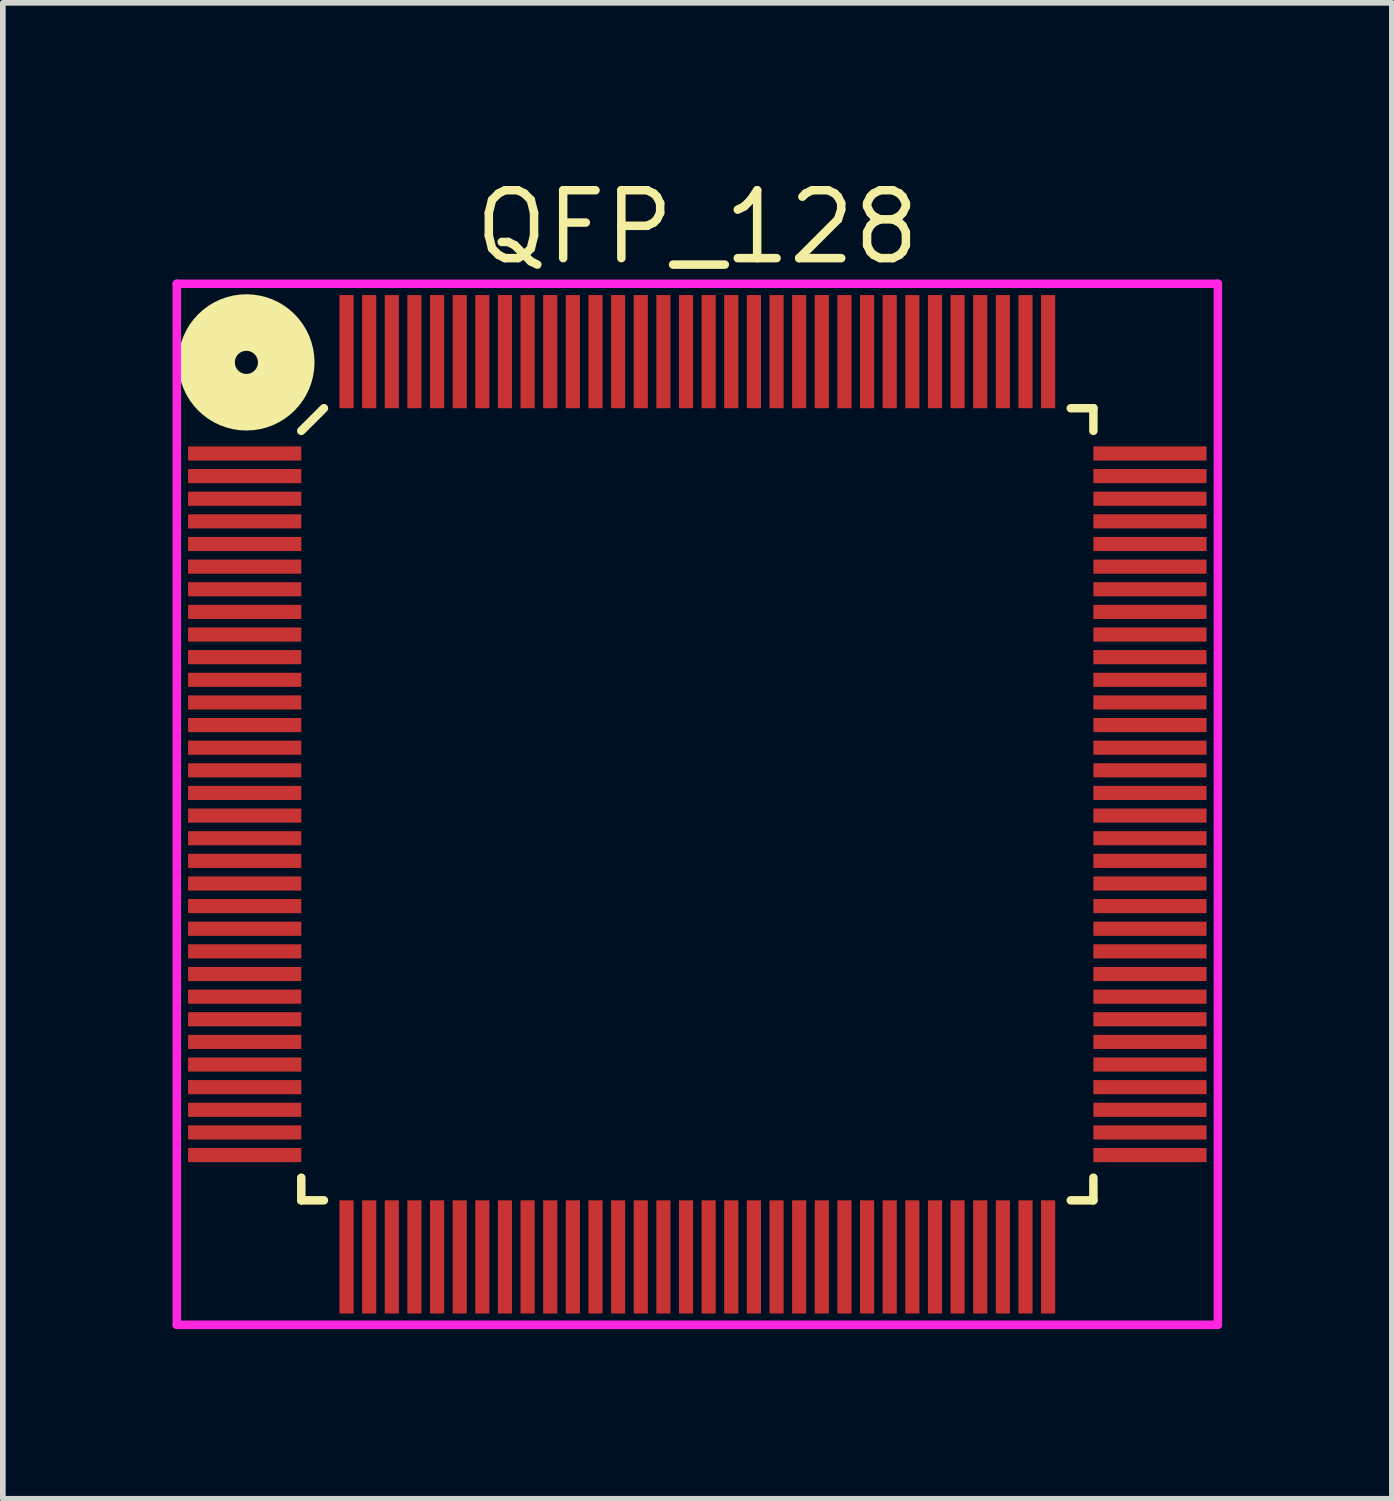
<source format=kicad_pcb>
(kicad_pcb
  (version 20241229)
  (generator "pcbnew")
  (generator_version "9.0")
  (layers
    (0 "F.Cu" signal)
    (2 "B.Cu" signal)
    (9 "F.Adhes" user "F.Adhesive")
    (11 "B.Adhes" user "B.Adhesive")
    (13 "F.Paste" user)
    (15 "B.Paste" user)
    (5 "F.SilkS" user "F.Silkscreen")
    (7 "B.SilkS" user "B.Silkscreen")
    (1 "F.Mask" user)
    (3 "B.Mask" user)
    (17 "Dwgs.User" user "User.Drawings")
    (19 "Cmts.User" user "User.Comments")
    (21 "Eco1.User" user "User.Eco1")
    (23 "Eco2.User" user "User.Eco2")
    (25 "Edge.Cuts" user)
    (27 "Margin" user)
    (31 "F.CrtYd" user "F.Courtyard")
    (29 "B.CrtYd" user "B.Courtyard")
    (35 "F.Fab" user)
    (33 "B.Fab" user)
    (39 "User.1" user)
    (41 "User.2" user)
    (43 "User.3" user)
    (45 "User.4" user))
  (footprint "QFP_128"
    (layer "F.Cu")
    (at 9.275 11.165)
    (property "Reference" "QFP_128" (at 0 -10.2 0) (layer "F.SilkS") (effects (font (size 1.2 1.2) (thickness 0.15))))
    (attr through_hole)
    (fp_line (start -7 -6.6) (end -6.6 -7) (stroke (width 0.15) (type solid)) (layer "F.SilkS"))
    (fp_line (start -7 7) (end -7 6.6) (stroke (width 0.15) (type solid)) (layer "F.SilkS"))
    (fp_line (start -6.6 7) (end -7 7) (stroke (width 0.15) (type solid)) (layer "F.SilkS"))
    (fp_line (start 6.6 -7) (end 7 -7) (stroke (width 0.15) (type solid)) (layer "F.SilkS"))
    (fp_line (start 6.6 7) (end 7 7) (stroke (width 0.15) (type solid)) (layer "F.SilkS"))
    (fp_line (start 7 -7) (end 7 -6.6) (stroke (width 0.15) (type solid)) (layer "F.SilkS"))
    (fp_line (start 7 7) (end 7 6.6) (stroke (width 0.15) (type solid)) (layer "F.SilkS"))
    (fp_circle (center -7.97 -7.81) (end -8.01 -7.61) (stroke (width 1) (type solid)) (fill no) (layer "F.SilkS"))
    (fp_line (start -9.2 -9.2) (end 9.2 -9.2) (stroke (width 0.15) (type solid)) (layer "F.CrtYd"))
    (fp_line (start -9.2 9.2) (end -9.2 -9.2) (stroke (width 0.15) (type solid)) (layer "F.CrtYd"))
    (fp_line (start 9.2 -9.2) (end 9.2 9.2) (stroke (width 0.15) (type solid)) (layer "F.CrtYd"))
    (fp_line (start 9.2 9.2) (end -9.2 9.2) (stroke (width 0.15) (type solid)) (layer "F.CrtYd"))
    (pad "1" smd rect (at -8 -6.2 90) (size 0.25 2) (layers "F.Cu" "F.Mask" "F.Paste"))
    (pad "2" smd rect (at -8 -5.8 90) (size 0.25 2) (layers "F.Cu" "F.Mask" "F.Paste"))
    (pad "3" smd rect (at -8 -5.4 90) (size 0.25 2) (layers "F.Cu" "F.Mask" "F.Paste"))
    (pad "4" smd rect (at -8 -5 90) (size 0.25 2) (layers "F.Cu" "F.Mask" "F.Paste"))
    (pad "5" smd rect (at -8 -4.6 90) (size 0.25 2) (layers "F.Cu" "F.Mask" "F.Paste"))
    (pad "6" smd rect (at -8 -4.2 90) (size 0.25 2) (layers "F.Cu" "F.Mask" "F.Paste"))
    (pad "7" smd rect (at -8 -3.8 90) (size 0.25 2) (layers "F.Cu" "F.Mask" "F.Paste"))
    (pad "8" smd rect (at -8 -3.4 90) (size 0.25 2) (layers "F.Cu" "F.Mask" "F.Paste"))
    (pad "9" smd rect (at -8 -3 90) (size 0.25 2) (layers "F.Cu" "F.Mask" "F.Paste"))
    (pad "10" smd rect (at -8 -2.6 90) (size 0.25 2) (layers "F.Cu" "F.Mask" "F.Paste"))
    (pad "11" smd rect (at -8 -2.2 90) (size 0.25 2) (layers "F.Cu" "F.Mask" "F.Paste"))
    (pad "12" smd rect (at -8 -1.8 90) (size 0.25 2) (layers "F.Cu" "F.Mask" "F.Paste"))
    (pad "13" smd rect (at -8 -1.4 90) (size 0.25 2) (layers "F.Cu" "F.Mask" "F.Paste"))
    (pad "14" smd rect (at -8 -1 90) (size 0.25 2) (layers "F.Cu" "F.Mask" "F.Paste"))
    (pad "15" smd rect (at -8 -0.6 90) (size 0.25 2) (layers "F.Cu" "F.Mask" "F.Paste"))
    (pad "16" smd rect (at -8 -0.2 90) (size 0.25 2) (layers "F.Cu" "F.Mask" "F.Paste"))
    (pad "17" smd rect (at -8 0.2 90) (size 0.25 2) (layers "F.Cu" "F.Mask" "F.Paste"))
    (pad "18" smd rect (at -8 0.6 90) (size 0.25 2) (layers "F.Cu" "F.Mask" "F.Paste"))
    (pad "19" smd rect (at -8 1 90) (size 0.25 2) (layers "F.Cu" "F.Mask" "F.Paste"))
    (pad "20" smd rect (at -8 1.4 90) (size 0.25 2) (layers "F.Cu" "F.Mask" "F.Paste"))
    (pad "21" smd rect (at -8 1.8 90) (size 0.25 2) (layers "F.Cu" "F.Mask" "F.Paste"))
    (pad "22" smd rect (at -8 2.2 90) (size 0.25 2) (layers "F.Cu" "F.Mask" "F.Paste"))
    (pad "23" smd rect (at -8 2.6 90) (size 0.25 2) (layers "F.Cu" "F.Mask" "F.Paste"))
    (pad "24" smd rect (at -8 3 90) (size 0.25 2) (layers "F.Cu" "F.Mask" "F.Paste"))
    (pad "25" smd rect (at -8 3.4 90) (size 0.25 2) (layers "F.Cu" "F.Mask" "F.Paste"))
    (pad "26" smd rect (at -8 3.8 90) (size 0.25 2) (layers "F.Cu" "F.Mask" "F.Paste"))
    (pad "27" smd rect (at -8 4.2 90) (size 0.25 2) (layers "F.Cu" "F.Mask" "F.Paste"))
    (pad "28" smd rect (at -8 4.6 90) (size 0.25 2) (layers "F.Cu" "F.Mask" "F.Paste"))
    (pad "29" smd rect (at -8 5 90) (size 0.25 2) (layers "F.Cu" "F.Mask" "F.Paste"))
    (pad "30" smd rect (at -8 5.4 90) (size 0.25 2) (layers "F.Cu" "F.Mask" "F.Paste"))
    (pad "31" smd rect (at -8 5.8 90) (size 0.25 2) (layers "F.Cu" "F.Mask" "F.Paste"))
    (pad "32" smd rect (at -8 6.2 90) (size 0.25 2) (layers "F.Cu" "F.Mask" "F.Paste"))
    (pad "33" smd rect (at -6.2 8) (size 0.25 2) (layers "F.Cu" "F.Mask" "F.Paste"))
    (pad "34" smd rect (at -5.8 8) (size 0.25 2) (layers "F.Cu" "F.Mask" "F.Paste"))
    (pad "35" smd rect (at -5.4 8) (size 0.25 2) (layers "F.Cu" "F.Mask" "F.Paste"))
    (pad "36" smd rect (at -5 8) (size 0.25 2) (layers "F.Cu" "F.Mask" "F.Paste"))
    (pad "37" smd rect (at -4.6 8) (size 0.25 2) (layers "F.Cu" "F.Mask" "F.Paste"))
    (pad "38" smd rect (at -4.2 8) (size 0.25 2) (layers "F.Cu" "F.Mask" "F.Paste"))
    (pad "39" smd rect (at -3.8 8) (size 0.25 2) (layers "F.Cu" "F.Mask" "F.Paste"))
    (pad "40" smd rect (at -3.4 8) (size 0.25 2) (layers "F.Cu" "F.Mask" "F.Paste"))
    (pad "41" smd rect (at -3 8) (size 0.25 2) (layers "F.Cu" "F.Mask" "F.Paste"))
    (pad "42" smd rect (at -2.6 8) (size 0.25 2) (layers "F.Cu" "F.Mask" "F.Paste"))
    (pad "43" smd rect (at -2.2 8) (size 0.25 2) (layers "F.Cu" "F.Mask" "F.Paste"))
    (pad "44" smd rect (at -1.8 8) (size 0.25 2) (layers "F.Cu" "F.Mask" "F.Paste"))
    (pad "45" smd rect (at -1.4 8) (size 0.25 2) (layers "F.Cu" "F.Mask" "F.Paste"))
    (pad "46" smd rect (at -1 8) (size 0.25 2) (layers "F.Cu" "F.Mask" "F.Paste"))
    (pad "47" smd rect (at -0.6 8) (size 0.25 2) (layers "F.Cu" "F.Mask" "F.Paste"))
    (pad "48" smd rect (at -0.2 8) (size 0.25 2) (layers "F.Cu" "F.Mask" "F.Paste"))
    (pad "49" smd rect (at 0.2 8) (size 0.25 2) (layers "F.Cu" "F.Mask" "F.Paste"))
    (pad "50" smd rect (at 0.6 8) (size 0.25 2) (layers "F.Cu" "F.Mask" "F.Paste"))
    (pad "51" smd rect (at 1 8) (size 0.25 2) (layers "F.Cu" "F.Mask" "F.Paste"))
    (pad "52" smd rect (at 1.4 8) (size 0.25 2) (layers "F.Cu" "F.Mask" "F.Paste"))
    (pad "53" smd rect (at 1.8 8) (size 0.25 2) (layers "F.Cu" "F.Mask" "F.Paste"))
    (pad "54" smd rect (at 2.2 8) (size 0.25 2) (layers "F.Cu" "F.Mask" "F.Paste"))
    (pad "55" smd rect (at 2.6 8) (size 0.25 2) (layers "F.Cu" "F.Mask" "F.Paste"))
    (pad "56" smd rect (at 3 8) (size 0.25 2) (layers "F.Cu" "F.Mask" "F.Paste"))
    (pad "57" smd rect (at 3.4 8) (size 0.25 2) (layers "F.Cu" "F.Mask" "F.Paste"))
    (pad "58" smd rect (at 3.8 8) (size 0.25 2) (layers "F.Cu" "F.Mask" "F.Paste"))
    (pad "59" smd rect (at 4.2 8) (size 0.25 2) (layers "F.Cu" "F.Mask" "F.Paste"))
    (pad "60" smd rect (at 4.6 8) (size 0.25 2) (layers "F.Cu" "F.Mask" "F.Paste"))
    (pad "61" smd rect (at 5 8) (size 0.25 2) (layers "F.Cu" "F.Mask" "F.Paste"))
    (pad "62" smd rect (at 5.4 8) (size 0.25 2) (layers "F.Cu" "F.Mask" "F.Paste"))
    (pad "63" smd rect (at 5.8 8) (size 0.25 2) (layers "F.Cu" "F.Mask" "F.Paste"))
    (pad "64" smd rect (at 6.2 8) (size 0.25 2) (layers "F.Cu" "F.Mask" "F.Paste"))
    (pad "65" smd rect (at 8 6.2 90) (size 0.25 2) (layers "F.Cu" "F.Mask" "F.Paste"))
    (pad "66" smd rect (at 8 5.8 90) (size 0.25 2) (layers "F.Cu" "F.Mask" "F.Paste"))
    (pad "67" smd rect (at 8 5.4 90) (size 0.25 2) (layers "F.Cu" "F.Mask" "F.Paste"))
    (pad "68" smd rect (at 8 5 90) (size 0.25 2) (layers "F.Cu" "F.Mask" "F.Paste"))
    (pad "69" smd rect (at 8 4.6 90) (size 0.25 2) (layers "F.Cu" "F.Mask" "F.Paste"))
    (pad "70" smd rect (at 8 4.2 90) (size 0.25 2) (layers "F.Cu" "F.Mask" "F.Paste"))
    (pad "71" smd rect (at 8 3.8 90) (size 0.25 2) (layers "F.Cu" "F.Mask" "F.Paste"))
    (pad "72" smd rect (at 8 3.4 90) (size 0.25 2) (layers "F.Cu" "F.Mask" "F.Paste"))
    (pad "73" smd rect (at 8 3 90) (size 0.25 2) (layers "F.Cu" "F.Mask" "F.Paste"))
    (pad "74" smd rect (at 8 2.6 90) (size 0.25 2) (layers "F.Cu" "F.Mask" "F.Paste"))
    (pad "75" smd rect (at 8 2.2 90) (size 0.25 2) (layers "F.Cu" "F.Mask" "F.Paste"))
    (pad "76" smd rect (at 8 1.8 90) (size 0.25 2) (layers "F.Cu" "F.Mask" "F.Paste"))
    (pad "77" smd rect (at 8 1.4 90) (size 0.25 2) (layers "F.Cu" "F.Mask" "F.Paste"))
    (pad "78" smd rect (at 8 1 90) (size 0.25 2) (layers "F.Cu" "F.Mask" "F.Paste"))
    (pad "79" smd rect (at 8 0.6 90) (size 0.25 2) (layers "F.Cu" "F.Mask" "F.Paste"))
    (pad "80" smd rect (at 8 0.2 90) (size 0.25 2) (layers "F.Cu" "F.Mask" "F.Paste"))
    (pad "81" smd rect (at 8 -0.2 90) (size 0.25 2) (layers "F.Cu" "F.Mask" "F.Paste"))
    (pad "82" smd rect (at 8 -0.6 90) (size 0.25 2) (layers "F.Cu" "F.Mask" "F.Paste"))
    (pad "83" smd rect (at 8 -1 90) (size 0.25 2) (layers "F.Cu" "F.Mask" "F.Paste"))
    (pad "84" smd rect (at 8 -1.4 90) (size 0.25 2) (layers "F.Cu" "F.Mask" "F.Paste"))
    (pad "85" smd rect (at 8 -1.8 90) (size 0.25 2) (layers "F.Cu" "F.Mask" "F.Paste"))
    (pad "86" smd rect (at 8 -2.2 90) (size 0.25 2) (layers "F.Cu" "F.Mask" "F.Paste"))
    (pad "87" smd rect (at 8 -2.6 90) (size 0.25 2) (layers "F.Cu" "F.Mask" "F.Paste"))
    (pad "88" smd rect (at 8 -3 90) (size 0.25 2) (layers "F.Cu" "F.Mask" "F.Paste"))
    (pad "89" smd rect (at 8 -3.4 90) (size 0.25 2) (layers "F.Cu" "F.Mask" "F.Paste"))
    (pad "90" smd rect (at 8 -3.8 90) (size 0.25 2) (layers "F.Cu" "F.Mask" "F.Paste"))
    (pad "91" smd rect (at 8 -4.2 90) (size 0.25 2) (layers "F.Cu" "F.Mask" "F.Paste"))
    (pad "92" smd rect (at 8 -4.6 90) (size 0.25 2) (layers "F.Cu" "F.Mask" "F.Paste"))
    (pad "93" smd rect (at 8 -5 90) (size 0.25 2) (layers "F.Cu" "F.Mask" "F.Paste"))
    (pad "94" smd rect (at 8 -5.4 90) (size 0.25 2) (layers "F.Cu" "F.Mask" "F.Paste"))
    (pad "95" smd rect (at 8 -5.8 90) (size 0.25 2) (layers "F.Cu" "F.Mask" "F.Paste"))
    (pad "96" smd rect (at 8 -6.2 90) (size 0.25 2) (layers "F.Cu" "F.Mask" "F.Paste"))
    (pad "97" smd rect (at 6.2 -8) (size 0.25 2) (layers "F.Cu" "F.Mask" "F.Paste"))
    (pad "98" smd rect (at 5.8 -8) (size 0.25 2) (layers "F.Cu" "F.Mask" "F.Paste"))
    (pad "99" smd rect (at 5.4 -8) (size 0.25 2) (layers "F.Cu" "F.Mask" "F.Paste"))
    (pad "100" smd rect (at 5 -8) (size 0.25 2) (layers "F.Cu" "F.Mask" "F.Paste"))
    (pad "101" smd rect (at 4.6 -8) (size 0.25 2) (layers "F.Cu" "F.Mask" "F.Paste"))
    (pad "102" smd rect (at 4.2 -8) (size 0.25 2) (layers "F.Cu" "F.Mask" "F.Paste"))
    (pad "103" smd rect (at 3.8 -8) (size 0.25 2) (layers "F.Cu" "F.Mask" "F.Paste"))
    (pad "104" smd rect (at 3.4 -8) (size 0.25 2) (layers "F.Cu" "F.Mask" "F.Paste"))
    (pad "105" smd rect (at 3 -8) (size 0.25 2) (layers "F.Cu" "F.Mask" "F.Paste"))
    (pad "106" smd rect (at 2.6 -8) (size 0.25 2) (layers "F.Cu" "F.Mask" "F.Paste"))
    (pad "107" smd rect (at 2.2 -8) (size 0.25 2) (layers "F.Cu" "F.Mask" "F.Paste"))
    (pad "108" smd rect (at 1.8 -8) (size 0.25 2) (layers "F.Cu" "F.Mask" "F.Paste"))
    (pad "109" smd rect (at 1.4 -8) (size 0.25 2) (layers "F.Cu" "F.Mask" "F.Paste"))
    (pad "110" smd rect (at 1 -8) (size 0.25 2) (layers "F.Cu" "F.Mask" "F.Paste"))
    (pad "111" smd rect (at 0.6 -8) (size 0.25 2) (layers "F.Cu" "F.Mask" "F.Paste"))
    (pad "112" smd rect (at 0.2 -8) (size 0.25 2) (layers "F.Cu" "F.Mask" "F.Paste"))
    (pad "113" smd rect (at -0.2 -8) (size 0.25 2) (layers "F.Cu" "F.Mask" "F.Paste"))
    (pad "114" smd rect (at -0.6 -8) (size 0.25 2) (layers "F.Cu" "F.Mask" "F.Paste"))
    (pad "115" smd rect (at -1 -8) (size 0.25 2) (layers "F.Cu" "F.Mask" "F.Paste"))
    (pad "116" smd rect (at -1.4 -8) (size 0.25 2) (layers "F.Cu" "F.Mask" "F.Paste"))
    (pad "117" smd rect (at -1.8 -8) (size 0.25 2) (layers "F.Cu" "F.Mask" "F.Paste"))
    (pad "118" smd rect (at -2.2 -8) (size 0.25 2) (layers "F.Cu" "F.Mask" "F.Paste"))
    (pad "119" smd rect (at -2.6 -8) (size 0.25 2) (layers "F.Cu" "F.Mask" "F.Paste"))
    (pad "120" smd rect (at -3 -8) (size 0.25 2) (layers "F.Cu" "F.Mask" "F.Paste"))
    (pad "121" smd rect (at -3.4 -8) (size 0.25 2) (layers "F.Cu" "F.Mask" "F.Paste"))
    (pad "122" smd rect (at -3.8 -8) (size 0.25 2) (layers "F.Cu" "F.Mask" "F.Paste"))
    (pad "123" smd rect (at -4.2 -8) (size 0.25 2) (layers "F.Cu" "F.Mask" "F.Paste"))
    (pad "124" smd rect (at -4.6 -8) (size 0.25 2) (layers "F.Cu" "F.Mask" "F.Paste"))
    (pad "125" smd rect (at -5 -8) (size 0.25 2) (layers "F.Cu" "F.Mask" "F.Paste"))
    (pad "126" smd rect (at -5.4 -8) (size 0.25 2) (layers "F.Cu" "F.Mask" "F.Paste"))
    (pad "127" smd rect (at -5.8 -8) (size 0.25 2) (layers "F.Cu" "F.Mask" "F.Paste"))
    (pad "128" smd rect (at -6.2 -8) (size 0.25 2) (layers "F.Cu" "F.Mask" "F.Paste")))
  (gr_rect
    (start -3 -3)
    (end 21.55 23.44)
    (stroke (width 0.1) (type default))
    (fill no)
    (layer "Edge.Cuts")))
</source>
